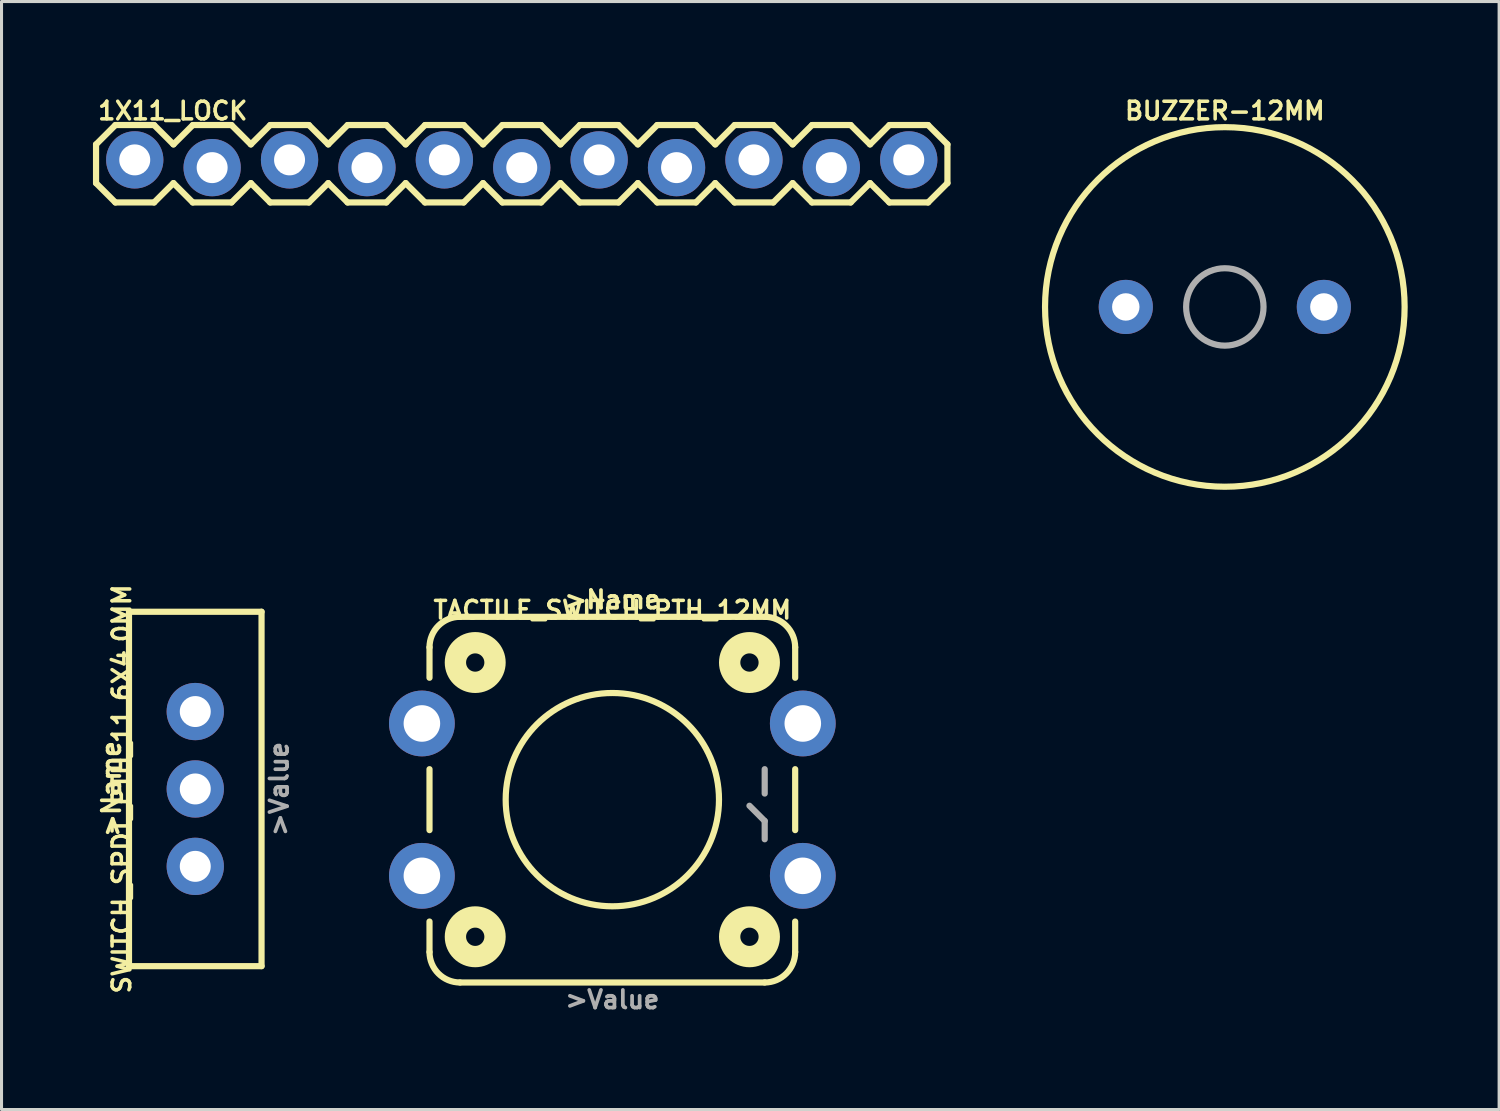
<source format=kicad_pcb>
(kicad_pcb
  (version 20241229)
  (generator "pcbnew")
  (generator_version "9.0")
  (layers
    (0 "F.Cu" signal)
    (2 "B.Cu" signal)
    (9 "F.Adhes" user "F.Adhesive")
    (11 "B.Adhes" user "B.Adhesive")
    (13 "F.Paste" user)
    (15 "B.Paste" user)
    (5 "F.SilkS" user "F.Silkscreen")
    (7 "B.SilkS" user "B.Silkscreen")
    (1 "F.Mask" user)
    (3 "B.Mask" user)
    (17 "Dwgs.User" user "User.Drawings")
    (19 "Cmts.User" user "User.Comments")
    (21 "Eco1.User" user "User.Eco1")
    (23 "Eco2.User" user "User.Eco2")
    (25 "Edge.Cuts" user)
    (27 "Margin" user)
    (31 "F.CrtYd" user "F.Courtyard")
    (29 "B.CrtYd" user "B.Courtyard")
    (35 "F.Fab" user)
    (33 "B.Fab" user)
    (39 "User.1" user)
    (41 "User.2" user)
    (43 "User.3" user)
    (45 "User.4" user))
  (footprint "1X11_LOCK"
    (layer "F.Cu")
    (at 1.372 2.324)
    (property "Reference" "1X11_LOCK" (at -1.27 -1.397 0) (layer "F.SilkS") (effects (font (size 0.579 0.579) (thickness 0.116)) (justify left bottom)))
    (attr through_hole)
    (fp_line (start -1.27 -0.635) (end -1.27 0.635) (stroke (width 0.203) (type solid)) (layer "F.SilkS"))
    (fp_line (start -1.27 0.635) (end -0.635 1.27) (stroke (width 0.203) (type solid)) (layer "F.SilkS"))
    (fp_line (start -0.635 -1.27) (end -1.27 -0.635) (stroke (width 0.203) (type solid)) (layer "F.SilkS"))
    (fp_line (start -0.635 -1.27) (end 0.635 -1.27) (stroke (width 0.203) (type solid)) (layer "F.SilkS"))
    (fp_line (start 0.635 -1.27) (end 1.27 -0.635) (stroke (width 0.203) (type solid)) (layer "F.SilkS"))
    (fp_line (start 0.635 1.27) (end -0.635 1.27) (stroke (width 0.203) (type solid)) (layer "F.SilkS"))
    (fp_line (start 1.27 -0.635) (end 1.905 -1.27) (stroke (width 0.203) (type solid)) (layer "F.SilkS"))
    (fp_line (start 1.27 0.635) (end 0.635 1.27) (stroke (width 0.203) (type solid)) (layer "F.SilkS"))
    (fp_line (start 1.905 -1.27) (end 3.175 -1.27) (stroke (width 0.203) (type solid)) (layer "F.SilkS"))
    (fp_line (start 1.905 1.27) (end 1.27 0.635) (stroke (width 0.203) (type solid)) (layer "F.SilkS"))
    (fp_line (start 3.175 -1.27) (end 3.81 -0.635) (stroke (width 0.203) (type solid)) (layer "F.SilkS"))
    (fp_line (start 3.175 1.27) (end 1.905 1.27) (stroke (width 0.203) (type solid)) (layer "F.SilkS"))
    (fp_line (start 3.81 -0.635) (end 4.445 -1.27) (stroke (width 0.203) (type solid)) (layer "F.SilkS"))
    (fp_line (start 3.81 0.635) (end 3.175 1.27) (stroke (width 0.203) (type solid)) (layer "F.SilkS"))
    (fp_line (start 4.445 -1.27) (end 5.715 -1.27) (stroke (width 0.203) (type solid)) (layer "F.SilkS"))
    (fp_line (start 4.445 1.27) (end 3.81 0.635) (stroke (width 0.203) (type solid)) (layer "F.SilkS"))
    (fp_line (start 5.715 -1.27) (end 6.35 -0.635) (stroke (width 0.203) (type solid)) (layer "F.SilkS"))
    (fp_line (start 5.715 1.27) (end 4.445 1.27) (stroke (width 0.203) (type solid)) (layer "F.SilkS"))
    (fp_line (start 6.35 0.635) (end 5.715 1.27) (stroke (width 0.203) (type solid)) (layer "F.SilkS"))
    (fp_line (start 6.35 0.635) (end 6.985 1.27) (stroke (width 0.203) (type solid)) (layer "F.SilkS"))
    (fp_line (start 6.985 -1.27) (end 6.35 -0.635) (stroke (width 0.203) (type solid)) (layer "F.SilkS"))
    (fp_line (start 6.985 -1.27) (end 8.255 -1.27) (stroke (width 0.203) (type solid)) (layer "F.SilkS"))
    (fp_line (start 8.255 -1.27) (end 8.89 -0.635) (stroke (width 0.203) (type solid)) (layer "F.SilkS"))
    (fp_line (start 8.255 1.27) (end 6.985 1.27) (stroke (width 0.203) (type solid)) (layer "F.SilkS"))
    (fp_line (start 8.89 -0.635) (end 9.525 -1.27) (stroke (width 0.203) (type solid)) (layer "F.SilkS"))
    (fp_line (start 8.89 0.635) (end 8.255 1.27) (stroke (width 0.203) (type solid)) (layer "F.SilkS"))
    (fp_line (start 9.525 -1.27) (end 10.795 -1.27) (stroke (width 0.203) (type solid)) (layer "F.SilkS"))
    (fp_line (start 9.525 1.27) (end 8.89 0.635) (stroke (width 0.203) (type solid)) (layer "F.SilkS"))
    (fp_line (start 10.795 -1.27) (end 11.43 -0.635) (stroke (width 0.203) (type solid)) (layer "F.SilkS"))
    (fp_line (start 10.795 1.27) (end 9.525 1.27) (stroke (width 0.203) (type solid)) (layer "F.SilkS"))
    (fp_line (start 11.43 -0.635) (end 12.065 -1.27) (stroke (width 0.203) (type solid)) (layer "F.SilkS"))
    (fp_line (start 11.43 0.635) (end 10.795 1.27) (stroke (width 0.203) (type solid)) (layer "F.SilkS"))
    (fp_line (start 12.065 -1.27) (end 13.335 -1.27) (stroke (width 0.203) (type solid)) (layer "F.SilkS"))
    (fp_line (start 12.065 1.27) (end 11.43 0.635) (stroke (width 0.203) (type solid)) (layer "F.SilkS"))
    (fp_line (start 13.335 -1.27) (end 13.97 -0.635) (stroke (width 0.203) (type solid)) (layer "F.SilkS"))
    (fp_line (start 13.335 1.27) (end 12.065 1.27) (stroke (width 0.203) (type solid)) (layer "F.SilkS"))
    (fp_line (start 13.97 0.635) (end 13.335 1.27) (stroke (width 0.203) (type solid)) (layer "F.SilkS"))
    (fp_line (start 13.97 0.635) (end 14.605 1.27) (stroke (width 0.203) (type solid)) (layer "F.SilkS"))
    (fp_line (start 14.605 -1.27) (end 13.97 -0.635) (stroke (width 0.203) (type solid)) (layer "F.SilkS"))
    (fp_line (start 14.605 -1.27) (end 15.875 -1.27) (stroke (width 0.203) (type solid)) (layer "F.SilkS"))
    (fp_line (start 15.875 -1.27) (end 16.51 -0.635) (stroke (width 0.203) (type solid)) (layer "F.SilkS"))
    (fp_line (start 15.875 1.27) (end 14.605 1.27) (stroke (width 0.203) (type solid)) (layer "F.SilkS"))
    (fp_line (start 16.51 0.635) (end 15.875 1.27) (stroke (width 0.203) (type solid)) (layer "F.SilkS"))
    (fp_line (start 16.51 0.635) (end 17.145 1.27) (stroke (width 0.203) (type solid)) (layer "F.SilkS"))
    (fp_line (start 17.145 -1.27) (end 16.51 -0.635) (stroke (width 0.203) (type solid)) (layer "F.SilkS"))
    (fp_line (start 17.145 -1.27) (end 18.415 -1.27) (stroke (width 0.203) (type solid)) (layer "F.SilkS"))
    (fp_line (start 18.415 -1.27) (end 19.05 -0.635) (stroke (width 0.203) (type solid)) (layer "F.SilkS"))
    (fp_line (start 18.415 1.27) (end 17.145 1.27) (stroke (width 0.203) (type solid)) (layer "F.SilkS"))
    (fp_line (start 19.05 0.635) (end 18.415 1.27) (stroke (width 0.203) (type solid)) (layer "F.SilkS"))
    (fp_line (start 19.05 0.635) (end 19.685 1.27) (stroke (width 0.203) (type solid)) (layer "F.SilkS"))
    (fp_line (start 19.685 -1.27) (end 19.05 -0.635) (stroke (width 0.203) (type solid)) (layer "F.SilkS"))
    (fp_line (start 19.685 -1.27) (end 20.955 -1.27) (stroke (width 0.203) (type solid)) (layer "F.SilkS"))
    (fp_line (start 20.955 -1.27) (end 21.59 -0.635) (stroke (width 0.203) (type solid)) (layer "F.SilkS"))
    (fp_line (start 20.955 1.27) (end 19.685 1.27) (stroke (width 0.203) (type solid)) (layer "F.SilkS"))
    (fp_line (start 21.59 0.635) (end 20.955 1.27) (stroke (width 0.203) (type solid)) (layer "F.SilkS"))
    (fp_line (start 21.59 0.635) (end 22.225 1.27) (stroke (width 0.203) (type solid)) (layer "F.SilkS"))
    (fp_line (start 22.225 -1.27) (end 21.59 -0.635) (stroke (width 0.203) (type solid)) (layer "F.SilkS"))
    (fp_line (start 22.225 -1.27) (end 23.495 -1.27) (stroke (width 0.203) (type solid)) (layer "F.SilkS"))
    (fp_line (start 23.495 -1.27) (end 24.13 -0.635) (stroke (width 0.203) (type solid)) (layer "F.SilkS"))
    (fp_line (start 23.495 1.27) (end 22.225 1.27) (stroke (width 0.203) (type solid)) (layer "F.SilkS"))
    (fp_line (start 24.13 0.635) (end 23.495 1.27) (stroke (width 0.203) (type solid)) (layer "F.SilkS"))
    (fp_line (start 24.13 0.635) (end 24.765 1.27) (stroke (width 0.203) (type solid)) (layer "F.SilkS"))
    (fp_line (start 24.765 -1.27) (end 24.13 -0.635) (stroke (width 0.203) (type solid)) (layer "F.SilkS"))
    (fp_line (start 24.765 -1.27) (end 26.035 -1.27) (stroke (width 0.203) (type solid)) (layer "F.SilkS"))
    (fp_line (start 26.035 -1.27) (end 26.67 -0.635) (stroke (width 0.203) (type solid)) (layer "F.SilkS"))
    (fp_line (start 26.035 1.27) (end 24.765 1.27) (stroke (width 0.203) (type solid)) (layer "F.SilkS"))
    (fp_line (start 26.67 -0.635) (end 26.67 0.635) (stroke (width 0.203) (type solid)) (layer "F.SilkS"))
    (fp_line (start 26.67 0.635) (end 26.035 1.27) (stroke (width 0.203) (type solid)) (layer "F.SilkS"))
    (fp_poly (pts (xy -0.254 0.254) (xy 0.254 0.254) (xy 0.254 -0.254) (xy -0.254 -0.254)) (stroke (width 0.1) (type solid)) (fill no) (layer "F.Fab"))
    (fp_poly (pts (xy 2.286 0.254) (xy 2.794 0.254) (xy 2.794 -0.254) (xy 2.286 -0.254)) (stroke (width 0.1) (type solid)) (fill no) (layer "F.Fab"))
    (fp_poly (pts (xy 4.826 0.254) (xy 5.334 0.254) (xy 5.334 -0.254) (xy 4.826 -0.254)) (stroke (width 0.1) (type solid)) (fill no) (layer "F.Fab"))
    (fp_poly (pts (xy 7.366 0.254) (xy 7.874 0.254) (xy 7.874 -0.254) (xy 7.366 -0.254)) (stroke (width 0.1) (type solid)) (fill no) (layer "F.Fab"))
    (fp_poly (pts (xy 9.906 0.254) (xy 10.414 0.254) (xy 10.414 -0.254) (xy 9.906 -0.254)) (stroke (width 0.1) (type solid)) (fill no) (layer "F.Fab"))
    (fp_poly (pts (xy 12.446 0.254) (xy 12.954 0.254) (xy 12.954 -0.254) (xy 12.446 -0.254)) (stroke (width 0.1) (type solid)) (fill no) (layer "F.Fab"))
    (fp_poly (pts (xy 14.986 0.254) (xy 15.494 0.254) (xy 15.494 -0.254) (xy 14.986 -0.254)) (stroke (width 0.1) (type solid)) (fill no) (layer "F.Fab"))
    (fp_poly (pts (xy 17.526 0.254) (xy 18.034 0.254) (xy 18.034 -0.254) (xy 17.526 -0.254)) (stroke (width 0.1) (type solid)) (fill no) (layer "F.Fab"))
    (fp_poly (pts (xy 20.066 0.254) (xy 20.574 0.254) (xy 20.574 -0.254) (xy 20.066 -0.254)) (stroke (width 0.1) (type solid)) (fill no) (layer "F.Fab"))
    (fp_poly (pts (xy 22.606 0.254) (xy 23.114 0.254) (xy 23.114 -0.254) (xy 22.606 -0.254)) (stroke (width 0.1) (type solid)) (fill no) (layer "F.Fab"))
    (fp_poly (pts (xy 25.146 0.254) (xy 25.654 0.254) (xy 25.654 -0.254) (xy 25.146 -0.254)) (stroke (width 0.1) (type solid)) (fill no) (layer "F.Fab"))
    (pad "1" thru_hole circle (at 0 -0.127 90) (size 1.88 1.88) (drill 1.016) (layers "*.Cu" "*.Mask"))
    (pad "2" thru_hole circle (at 2.54 0.127 90) (size 1.88 1.88) (drill 1.016) (layers "*.Cu" "*.Mask"))
    (pad "3" thru_hole circle (at 5.08 -0.127 90) (size 1.88 1.88) (drill 1.016) (layers "*.Cu" "*.Mask"))
    (pad "4" thru_hole circle (at 7.62 0.127 90) (size 1.88 1.88) (drill 1.016) (layers "*.Cu" "*.Mask"))
    (pad "5" thru_hole circle (at 10.16 -0.127 90) (size 1.88 1.88) (drill 1.016) (layers "*.Cu" "*.Mask"))
    (pad "6" thru_hole circle (at 12.7 0.127 90) (size 1.88 1.88) (drill 1.016) (layers "*.Cu" "*.Mask"))
    (pad "7" thru_hole circle (at 15.24 -0.127 90) (size 1.88 1.88) (drill 1.016) (layers "*.Cu" "*.Mask"))
    (pad "8" thru_hole circle (at 17.78 0.127 90) (size 1.88 1.88) (drill 1.016) (layers "*.Cu" "*.Mask"))
    (pad "9" thru_hole circle (at 20.32 -0.127 90) (size 1.88 1.88) (drill 1.016) (layers "*.Cu" "*.Mask"))
    (pad "10" thru_hole circle (at 22.86 0.127 90) (size 1.88 1.88) (drill 1.016) (layers "*.Cu" "*.Mask"))
    (pad "11" thru_hole circle (at 25.4 -0.127 90) (size 1.88 1.88) (drill 1.016) (layers "*.Cu" "*.Mask")))
  (footprint "BUZZER-12MM"
    (layer "F.Cu")
    (at 37.145 7.023)
    (property "Reference" "BUZZER-12MM" (at 0 -6.096 0) (layer "F.SilkS") (effects (font (size 0.579 0.579) (thickness 0.116)) (justify bottom)))
    (attr through_hole)
    (fp_circle (center 0 0) (end 5.9 0) (stroke (width 0.203) (type solid)) (fill no) (layer "F.SilkS"))
    (fp_circle (center 0 0) (end 1.27 0) (stroke (width 0.203) (type solid)) (fill no) (layer "F.Fab"))
    (pad "+" thru_hole circle (at 3.25 0) (size 1.778 1.778) (drill 0.9) (layers "*.Cu" "*.Mask"))
    (pad "-" thru_hole circle (at -3.25 0) (size 1.778 1.778) (drill 0.9) (layers "*.Cu" "*.Mask")))
  (footprint "TACTILE_SWITCH_PTH_12MM"
    (layer "F.Cu")
    (at 17.045 23.192)
    (property "Reference" "TACTILE_SWITCH_PTH_12MM" (at 0 -6.223 0) (layer "F.SilkS") (effects (font (size 0.579 0.579) (thickness 0.116))))
    (attr through_hole)
    (fp_line (start -6 -4) (end -6 -5) (stroke (width 0.203) (type solid)) (layer "F.SilkS"))
    (fp_line (start -6 1) (end -6 -1) (stroke (width 0.203) (type solid)) (layer "F.SilkS"))
    (fp_line (start -6 5) (end -6 4) (stroke (width 0.203) (type solid)) (layer "F.SilkS"))
    (fp_line (start -5 -6) (end 5 -6) (stroke (width 0.203) (type solid)) (layer "F.SilkS"))
    (fp_line (start 5 6) (end -5 6) (stroke (width 0.203) (type solid)) (layer "F.SilkS"))
    (fp_line (start 6 -5) (end 6 -4) (stroke (width 0.203) (type solid)) (layer "F.SilkS"))
    (fp_line (start 6 -1) (end 6 1) (stroke (width 0.203) (type solid)) (layer "F.SilkS"))
    (fp_line (start 6 4) (end 6 5) (stroke (width 0.203) (type solid)) (layer "F.SilkS"))
    (fp_arc (start -6 -5) (mid -5.707107 -5.707107) (end -5 -6) (stroke (width 0.2032) (type solid)) (layer "F.SilkS"))
    (fp_arc (start -5 6) (mid -5.707107 5.707107) (end -6 5) (stroke (width 0.2032) (type solid)) (layer "F.SilkS"))
    (fp_arc (start 5 -6) (mid 5.707107 -5.707107) (end 6 -5) (stroke (width 0.2032) (type solid)) (layer "F.SilkS"))
    (fp_arc (start 6 5) (mid 5.707107 5.707107) (end 5 6) (stroke (width 0.2032) (type solid)) (layer "F.SilkS"))
    (fp_circle (center -4.5 -4.5) (end -4.2 -4.5) (stroke (width 0.7) (type solid)) (fill no) (layer "F.SilkS"))
    (fp_circle (center -4.5 4.5) (end -4.2 4.5) (stroke (width 0.7) (type solid)) (fill no) (layer "F.SilkS"))
    (fp_circle (center 0 0) (end 3.5 0) (stroke (width 0.203) (type solid)) (fill no) (layer "F.SilkS"))
    (fp_circle (center 4.5 -4.5) (end 4.8 -4.5) (stroke (width 0.7) (type solid)) (fill no) (layer "F.SilkS"))
    (fp_circle (center 4.5 4.5) (end 4.8 4.5) (stroke (width 0.7) (type solid)) (fill no) (layer "F.SilkS"))
    (fp_line (start 5 -0.2) (end 5 -1) (stroke (width 0.203) (type solid)) (layer "F.Fab"))
    (fp_line (start 5 0.7) (end 4.5 0.2) (stroke (width 0.203) (type solid)) (layer "F.Fab"))
    (fp_line (start 5 1.3) (end 5 0.7) (stroke (width 0.203) (type solid)) (layer "F.Fab"))
    (fp_text user ">Name" (at 0 -6.223 0) (layer "F.SilkS") (effects (font (size 0.579 0.579) (thickness 0.122)) (justify bottom)))
    (fp_text user ">Value" (at 0 6.223 0) (layer "F.Fab") (effects (font (size 0.579 0.579) (thickness 0.122)) (justify top)))
    (pad "1" thru_hole circle (at 6.25 2.5) (size 2.159 2.159) (drill 1.2) (layers "*.Cu" "*.Mask"))
    (pad "2" thru_hole circle (at -6.25 2.5) (size 2.159 2.159) (drill 1.2) (layers "*.Cu" "*.Mask"))
    (pad "3" thru_hole circle (at 6.25 -2.5) (size 2.159 2.159) (drill 1.2) (layers "*.Cu" "*.Mask"))
    (pad "4" thru_hole circle (at -6.25 -2.5) (size 2.159 2.159) (drill 1.2) (layers "*.Cu" "*.Mask")))
  (footprint "SWITCH_SPDT_PTH_11.6X4.0MM"
    (layer "F.Cu")
    (at 3.358 22.841)
    (property "Reference" "SWITCH_SPDT_PTH_11.6X4.0MM" (at -2.413 0 90) (layer "F.SilkS") (effects (font (size 0.579 0.579) (thickness 0.116))))
    (attr through_hole)
    (fp_line (start -2.175 -5.815) (end -2.175 5.815) (stroke (width 0.203) (type solid)) (layer "F.SilkS"))
    (fp_line (start -2.175 5.815) (end 2.175 5.815) (stroke (width 0.203) (type solid)) (layer "F.SilkS"))
    (fp_line (start 2.175 -5.815) (end -2.175 -5.815) (stroke (width 0.203) (type solid)) (layer "F.SilkS"))
    (fp_line (start 2.175 5.815) (end 2.175 -5.815) (stroke (width 0.203) (type solid)) (layer "F.SilkS"))
    (fp_text user ">Name" (at -2.413 0 90) (layer "F.SilkS") (effects (font (size 0.579 0.579) (thickness 0.122)) (justify bottom)))
    (fp_text user ">Value" (at 2.413 0 90) (layer "F.Fab") (effects (font (size 0.579 0.579) (thickness 0.122)) (justify top)))
    (pad "1" thru_hole circle (at 0 -2.54) (size 1.88 1.88) (drill 1.016) (layers "*.Cu" "*.Mask"))
    (pad "2" thru_hole circle (at 0 0) (size 1.88 1.88) (drill 1.016) (layers "*.Cu" "*.Mask"))
    (pad "3" thru_hole circle (at 0 2.54) (size 1.88 1.88) (drill 1.016) (layers "*.Cu" "*.Mask")))
  (gr_rect
    (start -3 -3)
    (end 46.146 33.36)
    (stroke (width 0.1) (type default))
    (fill no)
    (layer "Edge.Cuts")))
</source>
